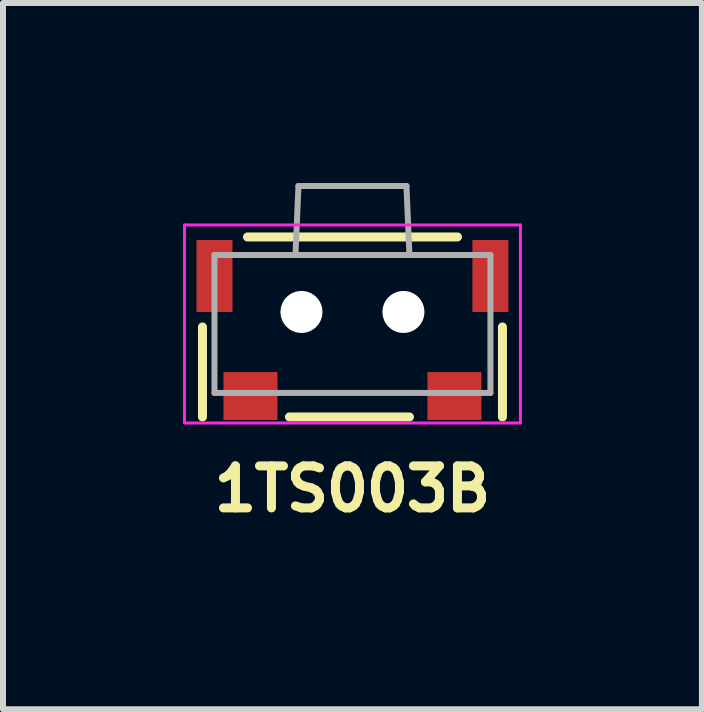
<source format=kicad_pcb>
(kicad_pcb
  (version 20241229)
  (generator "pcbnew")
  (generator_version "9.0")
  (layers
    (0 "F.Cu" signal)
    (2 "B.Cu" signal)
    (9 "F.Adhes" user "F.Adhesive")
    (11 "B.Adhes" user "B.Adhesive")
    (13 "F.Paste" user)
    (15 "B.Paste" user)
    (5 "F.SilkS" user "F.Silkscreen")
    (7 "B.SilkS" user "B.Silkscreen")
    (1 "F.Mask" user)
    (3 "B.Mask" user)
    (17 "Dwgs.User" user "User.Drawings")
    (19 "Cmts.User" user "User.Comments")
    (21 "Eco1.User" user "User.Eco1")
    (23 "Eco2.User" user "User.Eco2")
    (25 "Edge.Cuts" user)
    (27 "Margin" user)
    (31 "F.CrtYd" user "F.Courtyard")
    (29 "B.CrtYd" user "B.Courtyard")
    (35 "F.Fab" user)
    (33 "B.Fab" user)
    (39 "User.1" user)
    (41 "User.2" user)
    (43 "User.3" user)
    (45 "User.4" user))
  (footprint "1TS003B"
    (layer "F.Cu")
    (at 2.825 2.15)
    (property "Reference" "1TS003B" (at 0 2.95 0) (layer "F.SilkS") (effects (font (size 0.7 0.7) (thickness 0.15))))
    (attr smd)
    (fp_line (start -2.5 0.25) (end -2.5 1.75) (stroke (width 0.15) (type solid)) (layer "F.SilkS"))
    (fp_line (start -1.75 -1.25) (end 1.75 -1.25) (stroke (width 0.15) (type solid)) (layer "F.SilkS"))
    (fp_line (start -1.05 1.75) (end 0.95 1.75) (stroke (width 0.15) (type solid)) (layer "F.SilkS"))
    (fp_line (start 2.5 0.25) (end 2.5 1.75) (stroke (width 0.15) (type solid)) (layer "F.SilkS"))
    (fp_line (start -2.8 -1.45) (end -2.8 1.85) (stroke (width 0.05) (type solid)) (layer "F.CrtYd"))
    (fp_line (start -2.8 1.85) (end 2.8 1.85) (stroke (width 0.05) (type solid)) (layer "F.CrtYd"))
    (fp_line (start 2.8 -1.45) (end -2.8 -1.45) (stroke (width 0.05) (type solid)) (layer "F.CrtYd"))
    (fp_line (start 2.8 1.85) (end 2.8 -1.45) (stroke (width 0.05) (type solid)) (layer "F.CrtYd"))
    (fp_line (start -2.3 -0.95) (end 2.3 -0.95) (stroke (width 0.1) (type solid)) (layer "F.Fab"))
    (fp_line (start -2.3 1.35) (end -2.3 -0.95) (stroke (width 0.1) (type solid)) (layer "F.Fab"))
    (fp_line (start -0.95 -0.95) (end -0.9 -2.1) (stroke (width 0.1) (type solid)) (layer "F.Fab"))
    (fp_line (start -0.9 -2.1) (end 0.9 -2.1) (stroke (width 0.1) (type solid)) (layer "F.Fab"))
    (fp_line (start 0.9 -2.1) (end 0.95 -0.95) (stroke (width 0.1) (type solid)) (layer "F.Fab"))
    (fp_line (start 2.3 -0.95) (end 2.3 1.35) (stroke (width 0.1) (type solid)) (layer "F.Fab"))
    (fp_line (start 2.3 1.35) (end -2.3 1.35) (stroke (width 0.1) (type solid)) (layer "F.Fab"))
    (pad "" smd rect (at -2.3 -0.6) (size 0.6 1.2) (layers "F.Cu" "F.Mask" "F.Paste"))
    (pad "" np_thru_hole circle (at -0.85 0) (size 0.7 0.7) (drill 0.7) (layers "*.Cu" "*.Mask"))
    (pad "" np_thru_hole circle (at 0.85 0) (size 0.7 0.7) (drill 0.7) (layers "*.Cu" "*.Mask"))
    (pad "" smd rect (at 2.3 -0.6) (size 0.6 1.2) (layers "F.Cu" "F.Mask" "F.Paste"))
    (pad "1" smd rect (at -1.7 1.4) (size 0.9 0.8) (layers "F.Cu" "F.Mask" "F.Paste"))
    (pad "2" smd rect (at 1.7 1.4) (size 0.9 0.8) (layers "F.Cu" "F.Mask" "F.Paste")))
  (gr_rect
    (start -3 -3)
    (end 8.65 8.773)
    (stroke (width 0.1) (type default))
    (fill no)
    (layer "Edge.Cuts")))
</source>
